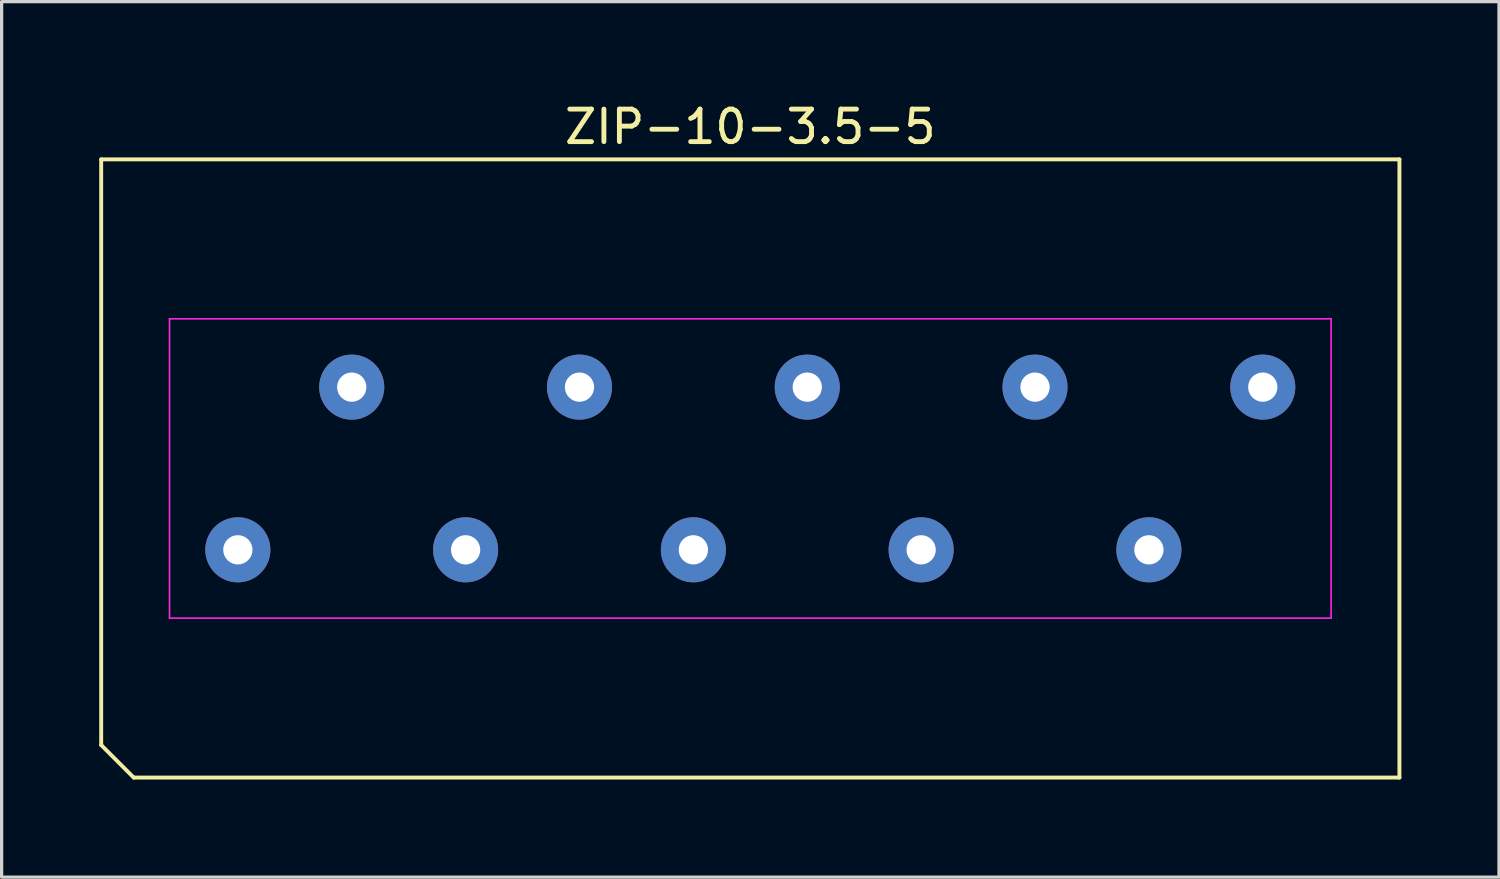
<source format=kicad_pcb>
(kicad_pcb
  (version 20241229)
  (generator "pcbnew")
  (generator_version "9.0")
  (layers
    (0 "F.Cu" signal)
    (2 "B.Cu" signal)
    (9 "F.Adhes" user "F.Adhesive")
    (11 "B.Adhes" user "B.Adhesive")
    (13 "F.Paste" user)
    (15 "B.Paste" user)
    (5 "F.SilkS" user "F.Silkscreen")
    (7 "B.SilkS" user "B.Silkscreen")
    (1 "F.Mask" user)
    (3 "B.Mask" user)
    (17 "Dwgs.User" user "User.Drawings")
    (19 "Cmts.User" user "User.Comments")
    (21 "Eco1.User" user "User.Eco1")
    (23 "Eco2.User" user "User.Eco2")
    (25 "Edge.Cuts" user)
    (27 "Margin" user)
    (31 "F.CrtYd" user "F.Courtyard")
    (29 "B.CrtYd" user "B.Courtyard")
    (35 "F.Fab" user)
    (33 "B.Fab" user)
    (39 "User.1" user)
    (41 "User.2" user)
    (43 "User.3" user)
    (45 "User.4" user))
  (footprint "ZIP-10-3.5-5"
    (layer "F.Cu")
    (at 20.01 11.348)
    (property "Reference" "ZIP-10-3.5-5" (at 0 -10.5 0) (layer "F.SilkS") (effects (font (size 1 1) (thickness 0.15))))
    (attr through_hole)
    (fp_line (start -19.95 -9.5) (end 19.95 -9.5) (stroke (width 0.12) (type solid)) (layer "F.SilkS"))
    (fp_line (start -19.95 8.5) (end -19.95 -9.5) (stroke (width 0.12) (type solid)) (layer "F.SilkS"))
    (fp_line (start -18.95 9.5) (end -19.95 8.5) (stroke (width 0.12) (type solid)) (layer "F.SilkS"))
    (fp_line (start 19.95 -9.5) (end 19.95 9.5) (stroke (width 0.12) (type solid)) (layer "F.SilkS"))
    (fp_line (start 19.95 9.5) (end -18.95 9.5) (stroke (width 0.12) (type solid)) (layer "F.SilkS"))
    (fp_line (start -17.85 -4.6) (end 17.85 -4.6) (stroke (width 0.05) (type solid)) (layer "F.CrtYd"))
    (fp_line (start -17.85 4.6) (end -17.85 -4.6) (stroke (width 0.05) (type solid)) (layer "F.CrtYd"))
    (fp_line (start 17.85 -4.6) (end 17.85 4.6) (stroke (width 0.05) (type solid)) (layer "F.CrtYd"))
    (fp_line (start 17.85 4.6) (end -17.85 4.6) (stroke (width 0.05) (type solid)) (layer "F.CrtYd"))
    (pad "1" thru_hole oval (at -15.75 2.5) (size 2 2) (drill 0.9) (layers "*.Cu" "*.Mask"))
    (pad "2" thru_hole oval (at -12.25 -2.5) (size 2 2) (drill 0.9) (layers "*.Cu" "*.Mask"))
    (pad "3" thru_hole oval (at -8.75 2.5) (size 2 2) (drill 0.9) (layers "*.Cu" "*.Mask"))
    (pad "4" thru_hole oval (at -5.25 -2.5) (size 2 2) (drill 0.9) (layers "*.Cu" "*.Mask"))
    (pad "5" thru_hole oval (at -1.75 2.5) (size 2 2) (drill 0.9) (layers "*.Cu" "*.Mask"))
    (pad "6" thru_hole oval (at 1.75 -2.5) (size 2 2) (drill 0.9) (layers "*.Cu" "*.Mask"))
    (pad "7" thru_hole oval (at 5.25 2.5) (size 2 2) (drill 0.9) (layers "*.Cu" "*.Mask"))
    (pad "8" thru_hole oval (at 8.75 -2.5) (size 2 2) (drill 0.9) (layers "*.Cu" "*.Mask"))
    (pad "9" thru_hole oval (at 12.25 2.5) (size 2 2) (drill 0.9) (layers "*.Cu" "*.Mask"))
    (pad "10" thru_hole oval (at 15.75 -2.5) (size 2 2) (drill 0.9) (layers "*.Cu" "*.Mask")))
  (gr_rect
    (start -3 -3)
    (end 43.02 23.908)
    (stroke (width 0.1) (type default))
    (fill no)
    (layer "Edge.Cuts")))
</source>
